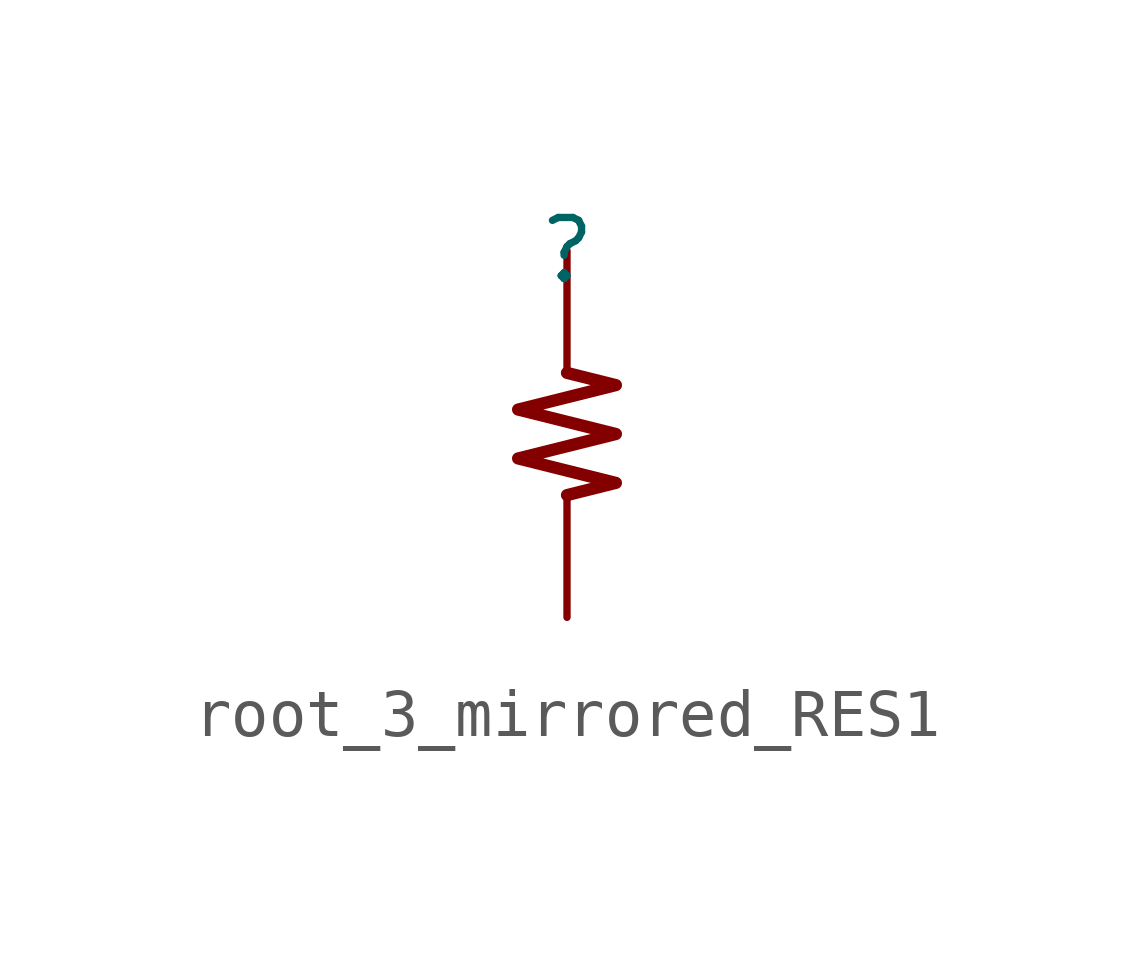
<source format=kicad_sym>
(kicad_symbol_lib
  (version 20231120)
  (generator "kicad_symbol_editor")
  (generator_version "8.0")
  (symbol "root_3_mirrored_RES1"
    (property "Reference" ""
      (at 0 0 0)
      (effects (font (size 1.27 1.27))))
    (property "Value" ""
      (at 0 0 0)
      (effects (font (size 1.27 1.27))))
    (symbol "root_3_mirrored_RES1_1_0"
      (polyline (pts (xy 0 -2.54) (xy 1.016 -2.794) (xy -1.016 -3.302) (xy 1.016 -3.81) (xy -1.016 -4.318) (xy 1.016 -4.826) (xy 0 -5.08)) (stroke (width 0.254) (type solid)) (fill (type none)))
      (pin passive line (at 0 0 270) (length 2.54) (name "1" (effects (font (size 0 0)))) (number "1" (effects (font (size 0 0)))))
      (pin passive line (at 0 -7.62 90) (length 2.54) (name "2" (effects (font (size 0 0)))) (number "2" (effects (font (size 0 0))))))))
</source>
